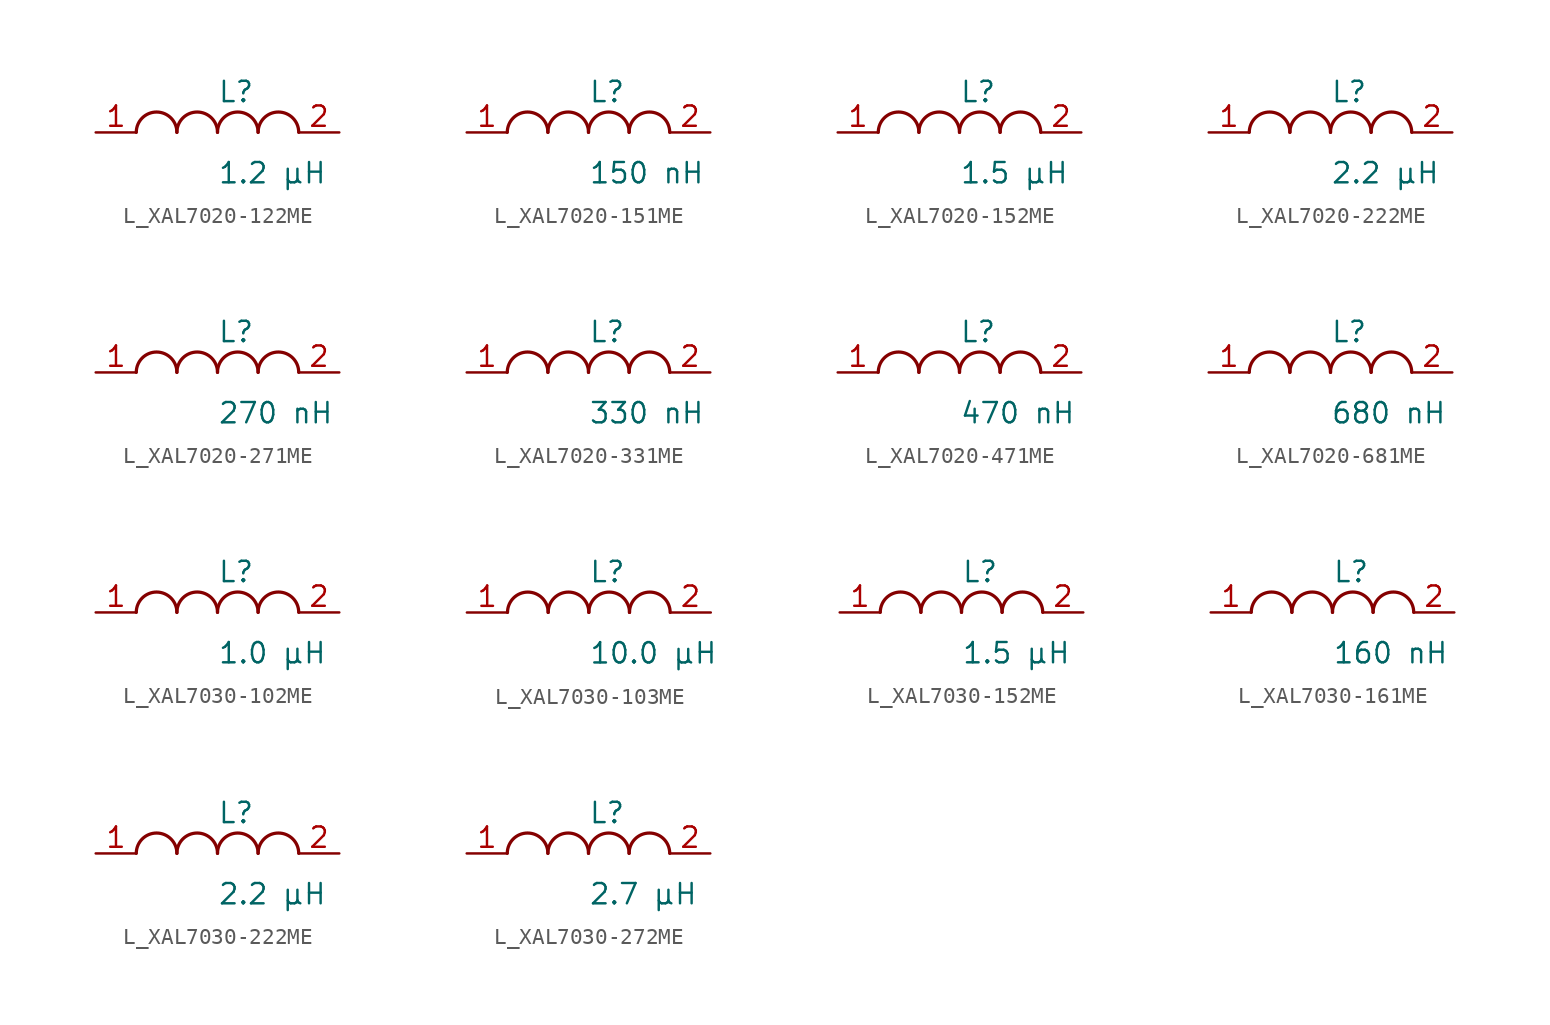
<source format=kicad_sym>
(kicad_symbol_lib
  (version 20231120)
  (generator kicad_symbol_editor)
  (generator_version 8.0)
  (symbol "L_XAL7020-122ME"
    (pin_names
      (offset 0.254))
    (property "Reference" "L"
      (at 0.0 2.54 0)
      (effects (font (size 1.27 1.27)) (justify left)))
    (property "Value" "1.2 µH"
      (at 0.0 -2.54 0)
      (effects (font (size 1.27 1.27)) (justify left)))
    (symbol "L_XAL7020-122ME_1_1"
      (arc (start -2.54 0.0056) (mid -3.81 1.27) (end -5.08 0.0056) (stroke (width 0.2032) (type default)) (fill (type none)))
      (arc (start 0 0.0056) (mid -1.27 1.27) (end -2.54 0.0056) (stroke (width 0.2032) (type default)) (fill (type none)))
      (arc (start 2.54 0.0056) (mid 1.27 1.27) (end 0 0.0056) (stroke (width 0.2032) (type default)) (fill (type none)))
      (arc (start 5.08 0.0056) (mid 3.81 1.27) (end 2.54 0.0056) (stroke (width 0.2032) (type default)) (fill (type none)))
      (pin unspecified line (at -7.62 0 0) (length 2.54) (name "" (effects (font (size 1.27 1.27)))) (number "1" (effects (font (size 1.27 1.27)))))
      (pin unspecified line (at 7.62 0 180) (length 2.54) (name "" (effects (font (size 1.27 1.27)))) (number "2" (effects (font (size 1.27 1.27)))))))
  (symbol "L_XAL7020-151ME"
    (pin_names
      (offset 0.254))
    (property "Reference" "L"
      (at 0.0 2.54 0)
      (effects (font (size 1.27 1.27)) (justify left)))
    (property "Value" "150 nH"
      (at 0.0 -2.54 0)
      (effects (font (size 1.27 1.27)) (justify left)))
    (symbol "L_XAL7020-151ME_1_1"
      (arc (start -2.54 0.0056) (mid -3.81 1.27) (end -5.08 0.0056) (stroke (width 0.2032) (type default)) (fill (type none)))
      (arc (start 0 0.0056) (mid -1.27 1.27) (end -2.54 0.0056) (stroke (width 0.2032) (type default)) (fill (type none)))
      (arc (start 2.54 0.0056) (mid 1.27 1.27) (end 0 0.0056) (stroke (width 0.2032) (type default)) (fill (type none)))
      (arc (start 5.08 0.0056) (mid 3.81 1.27) (end 2.54 0.0056) (stroke (width 0.2032) (type default)) (fill (type none)))
      (pin unspecified line (at -7.62 0 0) (length 2.54) (name "" (effects (font (size 1.27 1.27)))) (number "1" (effects (font (size 1.27 1.27)))))
      (pin unspecified line (at 7.62 0 180) (length 2.54) (name "" (effects (font (size 1.27 1.27)))) (number "2" (effects (font (size 1.27 1.27)))))))
  (symbol "L_XAL7020-152ME"
    (pin_names
      (offset 0.254))
    (property "Reference" "L"
      (at 0.0 2.54 0)
      (effects (font (size 1.27 1.27)) (justify left)))
    (property "Value" "1.5 µH"
      (at 0.0 -2.54 0)
      (effects (font (size 1.27 1.27)) (justify left)))
    (symbol "L_XAL7020-152ME_1_1"
      (arc (start -2.54 0.0056) (mid -3.81 1.27) (end -5.08 0.0056) (stroke (width 0.2032) (type default)) (fill (type none)))
      (arc (start 0 0.0056) (mid -1.27 1.27) (end -2.54 0.0056) (stroke (width 0.2032) (type default)) (fill (type none)))
      (arc (start 2.54 0.0056) (mid 1.27 1.27) (end 0 0.0056) (stroke (width 0.2032) (type default)) (fill (type none)))
      (arc (start 5.08 0.0056) (mid 3.81 1.27) (end 2.54 0.0056) (stroke (width 0.2032) (type default)) (fill (type none)))
      (pin unspecified line (at -7.62 0 0) (length 2.54) (name "" (effects (font (size 1.27 1.27)))) (number "1" (effects (font (size 1.27 1.27)))))
      (pin unspecified line (at 7.62 0 180) (length 2.54) (name "" (effects (font (size 1.27 1.27)))) (number "2" (effects (font (size 1.27 1.27)))))))
  (symbol "L_XAL7020-222ME"
    (pin_names
      (offset 0.254))
    (property "Reference" "L"
      (at 0.0 2.54 0)
      (effects (font (size 1.27 1.27)) (justify left)))
    (property "Value" "2.2 µH"
      (at 0.0 -2.54 0)
      (effects (font (size 1.27 1.27)) (justify left)))
    (symbol "L_XAL7020-222ME_1_1"
      (arc (start -2.54 0.0056) (mid -3.81 1.27) (end -5.08 0.0056) (stroke (width 0.2032) (type default)) (fill (type none)))
      (arc (start 0 0.0056) (mid -1.27 1.27) (end -2.54 0.0056) (stroke (width 0.2032) (type default)) (fill (type none)))
      (arc (start 2.54 0.0056) (mid 1.27 1.27) (end 0 0.0056) (stroke (width 0.2032) (type default)) (fill (type none)))
      (arc (start 5.08 0.0056) (mid 3.81 1.27) (end 2.54 0.0056) (stroke (width 0.2032) (type default)) (fill (type none)))
      (pin unspecified line (at -7.62 0 0) (length 2.54) (name "" (effects (font (size 1.27 1.27)))) (number "1" (effects (font (size 1.27 1.27)))))
      (pin unspecified line (at 7.62 0 180) (length 2.54) (name "" (effects (font (size 1.27 1.27)))) (number "2" (effects (font (size 1.27 1.27)))))))
  (symbol "L_XAL7020-271ME"
    (pin_names
      (offset 0.254))
    (property "Reference" "L"
      (at 0.0 2.54 0)
      (effects (font (size 1.27 1.27)) (justify left)))
    (property "Value" "270 nH"
      (at 0.0 -2.54 0)
      (effects (font (size 1.27 1.27)) (justify left)))
    (symbol "L_XAL7020-271ME_1_1"
      (arc (start -2.54 0.0056) (mid -3.81 1.27) (end -5.08 0.0056) (stroke (width 0.2032) (type default)) (fill (type none)))
      (arc (start 0 0.0056) (mid -1.27 1.27) (end -2.54 0.0056) (stroke (width 0.2032) (type default)) (fill (type none)))
      (arc (start 2.54 0.0056) (mid 1.27 1.27) (end 0 0.0056) (stroke (width 0.2032) (type default)) (fill (type none)))
      (arc (start 5.08 0.0056) (mid 3.81 1.27) (end 2.54 0.0056) (stroke (width 0.2032) (type default)) (fill (type none)))
      (pin unspecified line (at -7.62 0 0) (length 2.54) (name "" (effects (font (size 1.27 1.27)))) (number "1" (effects (font (size 1.27 1.27)))))
      (pin unspecified line (at 7.62 0 180) (length 2.54) (name "" (effects (font (size 1.27 1.27)))) (number "2" (effects (font (size 1.27 1.27)))))))
  (symbol "L_XAL7020-331ME"
    (pin_names
      (offset 0.254))
    (property "Reference" "L"
      (at 0.0 2.54 0)
      (effects (font (size 1.27 1.27)) (justify left)))
    (property "Value" "330 nH"
      (at 0.0 -2.54 0)
      (effects (font (size 1.27 1.27)) (justify left)))
    (symbol "L_XAL7020-331ME_1_1"
      (arc (start -2.54 0.0056) (mid -3.81 1.27) (end -5.08 0.0056) (stroke (width 0.2032) (type default)) (fill (type none)))
      (arc (start 0 0.0056) (mid -1.27 1.27) (end -2.54 0.0056) (stroke (width 0.2032) (type default)) (fill (type none)))
      (arc (start 2.54 0.0056) (mid 1.27 1.27) (end 0 0.0056) (stroke (width 0.2032) (type default)) (fill (type none)))
      (arc (start 5.08 0.0056) (mid 3.81 1.27) (end 2.54 0.0056) (stroke (width 0.2032) (type default)) (fill (type none)))
      (pin unspecified line (at -7.62 0 0) (length 2.54) (name "" (effects (font (size 1.27 1.27)))) (number "1" (effects (font (size 1.27 1.27)))))
      (pin unspecified line (at 7.62 0 180) (length 2.54) (name "" (effects (font (size 1.27 1.27)))) (number "2" (effects (font (size 1.27 1.27)))))))
  (symbol "L_XAL7020-471ME"
    (pin_names
      (offset 0.254))
    (property "Reference" "L"
      (at 0.0 2.54 0)
      (effects (font (size 1.27 1.27)) (justify left)))
    (property "Value" "470 nH"
      (at 0.0 -2.54 0)
      (effects (font (size 1.27 1.27)) (justify left)))
    (symbol "L_XAL7020-471ME_1_1"
      (arc (start -2.54 0.0056) (mid -3.81 1.27) (end -5.08 0.0056) (stroke (width 0.2032) (type default)) (fill (type none)))
      (arc (start 0 0.0056) (mid -1.27 1.27) (end -2.54 0.0056) (stroke (width 0.2032) (type default)) (fill (type none)))
      (arc (start 2.54 0.0056) (mid 1.27 1.27) (end 0 0.0056) (stroke (width 0.2032) (type default)) (fill (type none)))
      (arc (start 5.08 0.0056) (mid 3.81 1.27) (end 2.54 0.0056) (stroke (width 0.2032) (type default)) (fill (type none)))
      (pin unspecified line (at -7.62 0 0) (length 2.54) (name "" (effects (font (size 1.27 1.27)))) (number "1" (effects (font (size 1.27 1.27)))))
      (pin unspecified line (at 7.62 0 180) (length 2.54) (name "" (effects (font (size 1.27 1.27)))) (number "2" (effects (font (size 1.27 1.27)))))))
  (symbol "L_XAL7020-681ME"
    (pin_names
      (offset 0.254))
    (property "Reference" "L"
      (at 0.0 2.54 0)
      (effects (font (size 1.27 1.27)) (justify left)))
    (property "Value" "680 nH"
      (at 0.0 -2.54 0)
      (effects (font (size 1.27 1.27)) (justify left)))
    (symbol "L_XAL7020-681ME_1_1"
      (arc (start -2.54 0.0056) (mid -3.81 1.27) (end -5.08 0.0056) (stroke (width 0.2032) (type default)) (fill (type none)))
      (arc (start 0 0.0056) (mid -1.27 1.27) (end -2.54 0.0056) (stroke (width 0.2032) (type default)) (fill (type none)))
      (arc (start 2.54 0.0056) (mid 1.27 1.27) (end 0 0.0056) (stroke (width 0.2032) (type default)) (fill (type none)))
      (arc (start 5.08 0.0056) (mid 3.81 1.27) (end 2.54 0.0056) (stroke (width 0.2032) (type default)) (fill (type none)))
      (pin unspecified line (at -7.62 0 0) (length 2.54) (name "" (effects (font (size 1.27 1.27)))) (number "1" (effects (font (size 1.27 1.27)))))
      (pin unspecified line (at 7.62 0 180) (length 2.54) (name "" (effects (font (size 1.27 1.27)))) (number "2" (effects (font (size 1.27 1.27)))))))
  (symbol "L_XAL7030-102ME"
    (pin_names
      (offset 0.254))
    (property "Reference" "L"
      (at 0.0 2.54 0)
      (effects (font (size 1.27 1.27)) (justify left)))
    (property "Value" "1.0 µH"
      (at 0.0 -2.54 0)
      (effects (font (size 1.27 1.27)) (justify left)))
    (symbol "L_XAL7030-102ME_1_1"
      (arc (start -2.54 0.0056) (mid -3.81 1.27) (end -5.08 0.0056) (stroke (width 0.2032) (type default)) (fill (type none)))
      (arc (start 0 0.0056) (mid -1.27 1.27) (end -2.54 0.0056) (stroke (width 0.2032) (type default)) (fill (type none)))
      (arc (start 2.54 0.0056) (mid 1.27 1.27) (end 0 0.0056) (stroke (width 0.2032) (type default)) (fill (type none)))
      (arc (start 5.08 0.0056) (mid 3.81 1.27) (end 2.54 0.0056) (stroke (width 0.2032) (type default)) (fill (type none)))
      (pin unspecified line (at -7.62 0 0) (length 2.54) (name "" (effects (font (size 1.27 1.27)))) (number "1" (effects (font (size 1.27 1.27)))))
      (pin unspecified line (at 7.62 0 180) (length 2.54) (name "" (effects (font (size 1.27 1.27)))) (number "2" (effects (font (size 1.27 1.27)))))))
  (symbol "L_XAL7030-103ME"
    (pin_names
      (offset 0.254))
    (property "Reference" "L"
      (at 0.0 2.54 0)
      (effects (font (size 1.27 1.27)) (justify left)))
    (property "Value" "10.0 µH"
      (at 0.0 -2.54 0)
      (effects (font (size 1.27 1.27)) (justify left)))
    (symbol "L_XAL7030-103ME_1_1"
      (arc (start -2.54 0.0056) (mid -3.81 1.27) (end -5.08 0.0056) (stroke (width 0.2032) (type default)) (fill (type none)))
      (arc (start 0 0.0056) (mid -1.27 1.27) (end -2.54 0.0056) (stroke (width 0.2032) (type default)) (fill (type none)))
      (arc (start 2.54 0.0056) (mid 1.27 1.27) (end 0 0.0056) (stroke (width 0.2032) (type default)) (fill (type none)))
      (arc (start 5.08 0.0056) (mid 3.81 1.27) (end 2.54 0.0056) (stroke (width 0.2032) (type default)) (fill (type none)))
      (pin unspecified line (at -7.62 0 0) (length 2.54) (name "" (effects (font (size 1.27 1.27)))) (number "1" (effects (font (size 1.27 1.27)))))
      (pin unspecified line (at 7.62 0 180) (length 2.54) (name "" (effects (font (size 1.27 1.27)))) (number "2" (effects (font (size 1.27 1.27)))))))
  (symbol "L_XAL7030-152ME"
    (pin_names
      (offset 0.254))
    (property "Reference" "L"
      (at 0.0 2.54 0)
      (effects (font (size 1.27 1.27)) (justify left)))
    (property "Value" "1.5 µH"
      (at 0.0 -2.54 0)
      (effects (font (size 1.27 1.27)) (justify left)))
    (symbol "L_XAL7030-152ME_1_1"
      (arc (start -2.54 0.0056) (mid -3.81 1.27) (end -5.08 0.0056) (stroke (width 0.2032) (type default)) (fill (type none)))
      (arc (start 0 0.0056) (mid -1.27 1.27) (end -2.54 0.0056) (stroke (width 0.2032) (type default)) (fill (type none)))
      (arc (start 2.54 0.0056) (mid 1.27 1.27) (end 0 0.0056) (stroke (width 0.2032) (type default)) (fill (type none)))
      (arc (start 5.08 0.0056) (mid 3.81 1.27) (end 2.54 0.0056) (stroke (width 0.2032) (type default)) (fill (type none)))
      (pin unspecified line (at -7.62 0 0) (length 2.54) (name "" (effects (font (size 1.27 1.27)))) (number "1" (effects (font (size 1.27 1.27)))))
      (pin unspecified line (at 7.62 0 180) (length 2.54) (name "" (effects (font (size 1.27 1.27)))) (number "2" (effects (font (size 1.27 1.27)))))))
  (symbol "L_XAL7030-161ME"
    (pin_names
      (offset 0.254))
    (property "Reference" "L"
      (at 0.0 2.54 0)
      (effects (font (size 1.27 1.27)) (justify left)))
    (property "Value" "160 nH"
      (at 0.0 -2.54 0)
      (effects (font (size 1.27 1.27)) (justify left)))
    (symbol "L_XAL7030-161ME_1_1"
      (arc (start -2.54 0.0056) (mid -3.81 1.27) (end -5.08 0.0056) (stroke (width 0.2032) (type default)) (fill (type none)))
      (arc (start 0 0.0056) (mid -1.27 1.27) (end -2.54 0.0056) (stroke (width 0.2032) (type default)) (fill (type none)))
      (arc (start 2.54 0.0056) (mid 1.27 1.27) (end 0 0.0056) (stroke (width 0.2032) (type default)) (fill (type none)))
      (arc (start 5.08 0.0056) (mid 3.81 1.27) (end 2.54 0.0056) (stroke (width 0.2032) (type default)) (fill (type none)))
      (pin unspecified line (at -7.62 0 0) (length 2.54) (name "" (effects (font (size 1.27 1.27)))) (number "1" (effects (font (size 1.27 1.27)))))
      (pin unspecified line (at 7.62 0 180) (length 2.54) (name "" (effects (font (size 1.27 1.27)))) (number "2" (effects (font (size 1.27 1.27)))))))
  (symbol "L_XAL7030-222ME"
    (pin_names
      (offset 0.254))
    (property "Reference" "L"
      (at 0.0 2.54 0)
      (effects (font (size 1.27 1.27)) (justify left)))
    (property "Value" "2.2 µH"
      (at 0.0 -2.54 0)
      (effects (font (size 1.27 1.27)) (justify left)))
    (symbol "L_XAL7030-222ME_1_1"
      (arc (start -2.54 0.0056) (mid -3.81 1.27) (end -5.08 0.0056) (stroke (width 0.2032) (type default)) (fill (type none)))
      (arc (start 0 0.0056) (mid -1.27 1.27) (end -2.54 0.0056) (stroke (width 0.2032) (type default)) (fill (type none)))
      (arc (start 2.54 0.0056) (mid 1.27 1.27) (end 0 0.0056) (stroke (width 0.2032) (type default)) (fill (type none)))
      (arc (start 5.08 0.0056) (mid 3.81 1.27) (end 2.54 0.0056) (stroke (width 0.2032) (type default)) (fill (type none)))
      (pin unspecified line (at -7.62 0 0) (length 2.54) (name "" (effects (font (size 1.27 1.27)))) (number "1" (effects (font (size 1.27 1.27)))))
      (pin unspecified line (at 7.62 0 180) (length 2.54) (name "" (effects (font (size 1.27 1.27)))) (number "2" (effects (font (size 1.27 1.27)))))))
  (symbol "L_XAL7030-272ME"
    (pin_names
      (offset 0.254))
    (property "Reference" "L"
      (at 0.0 2.54 0)
      (effects (font (size 1.27 1.27)) (justify left)))
    (property "Value" "2.7 µH"
      (at 0.0 -2.54 0)
      (effects (font (size 1.27 1.27)) (justify left)))
    (symbol "L_XAL7030-272ME_1_1"
      (arc (start -2.54 0.0056) (mid -3.81 1.27) (end -5.08 0.0056) (stroke (width 0.2032) (type default)) (fill (type none)))
      (arc (start 0 0.0056) (mid -1.27 1.27) (end -2.54 0.0056) (stroke (width 0.2032) (type default)) (fill (type none)))
      (arc (start 2.54 0.0056) (mid 1.27 1.27) (end 0 0.0056) (stroke (width 0.2032) (type default)) (fill (type none)))
      (arc (start 5.08 0.0056) (mid 3.81 1.27) (end 2.54 0.0056) (stroke (width 0.2032) (type default)) (fill (type none)))
      (pin unspecified line (at -7.62 0 0) (length 2.54) (name "" (effects (font (size 1.27 1.27)))) (number "1" (effects (font (size 1.27 1.27)))))
      (pin unspecified line (at 7.62 0 180) (length 2.54) (name "" (effects (font (size 1.27 1.27)))) (number "2" (effects (font (size 1.27 1.27))))))))
</source>
